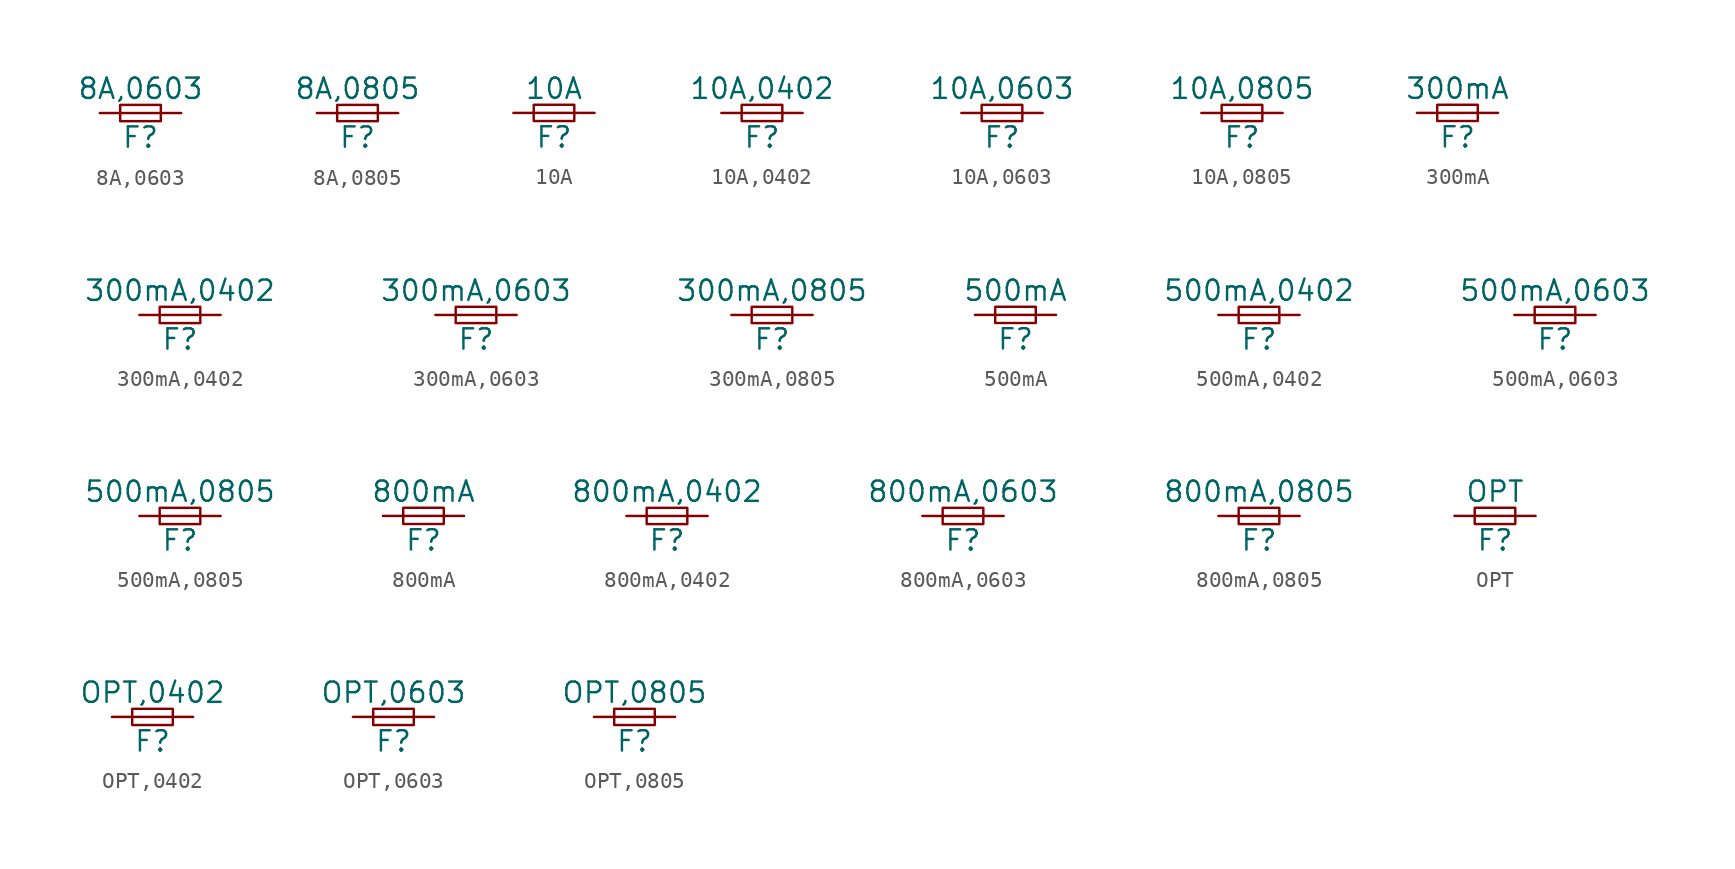
<source format=kicad_sym>
(kicad_symbol_lib
  (version 20211014)
  (generator kicad_symbol_editor)
  (symbol "8A,0603"
    (pin_numbers hide)
    (pin_names
      (offset 0.254) hide)
    (property "Reference" "F"
      (at 0 -1.524 0)
      (effects (font (size 1.27 1.27))))
    (property "Value" "8A,0603"
      (at 0 1.524 0)
      (effects (font (size 1.27 1.27))))
    (symbol "8A,0603_0_1"
      (rectangle (start -1.27 0.508) (end 1.27 -0.508) (stroke (width 0) (type default) (color 0 0 0 0)) (fill (type none)))
      (polyline (pts (xy -1.27 0) (xy 1.27 0)) (stroke (width 0) (type default) (color 0 0 0 0)) (fill (type none))))
    (symbol "8A,0603_1_1"
      (pin passive line (at -2.54 0 0) (length 1.27) (name "~" (effects (font (size 1.27 1.27)))) (number "1" (effects (font (size 1.27 1.27)))))
      (pin passive line (at 2.54 0 180) (length 1.27) (name "~" (effects (font (size 1.27 1.27)))) (number "2" (effects (font (size 1.27 1.27)))))))
  (symbol "8A,0805"
    (pin_numbers hide)
    (pin_names
      (offset 0.254) hide)
    (property "Reference" "F"
      (at 0 -1.524 0)
      (effects (font (size 1.27 1.27))))
    (property "Value" "8A,0805"
      (at 0 1.524 0)
      (effects (font (size 1.27 1.27))))
    (symbol "8A,0805_0_1"
      (rectangle (start -1.27 0.508) (end 1.27 -0.508) (stroke (width 0) (type default) (color 0 0 0 0)) (fill (type none)))
      (polyline (pts (xy -1.27 0) (xy 1.27 0)) (stroke (width 0) (type default) (color 0 0 0 0)) (fill (type none))))
    (symbol "8A,0805_1_1"
      (pin passive line (at -2.54 0 0) (length 1.27) (name "~" (effects (font (size 1.27 1.27)))) (number "1" (effects (font (size 1.27 1.27)))))
      (pin passive line (at 2.54 0 180) (length 1.27) (name "~" (effects (font (size 1.27 1.27)))) (number "2" (effects (font (size 1.27 1.27)))))))
  (symbol "10A"
    (pin_numbers hide)
    (pin_names
      (offset 0.254) hide)
    (property "Reference" "F"
      (at 0 -1.524 0)
      (effects (font (size 1.27 1.27))))
    (property "Value" "10A"
      (at 0 1.524 0)
      (effects (font (size 1.27 1.27))))
    (symbol "10A_0_1"
      (rectangle (start -1.27 0.508) (end 1.27 -0.508) (stroke (width 0) (type default) (color 0 0 0 0)) (fill (type none)))
      (polyline (pts (xy -1.27 0) (xy 1.27 0)) (stroke (width 0) (type default) (color 0 0 0 0)) (fill (type none))))
    (symbol "10A_1_1"
      (pin passive line (at -2.54 0 0) (length 1.27) (name "~" (effects (font (size 1.27 1.27)))) (number "1" (effects (font (size 1.27 1.27)))))
      (pin passive line (at 2.54 0 180) (length 1.27) (name "~" (effects (font (size 1.27 1.27)))) (number "2" (effects (font (size 1.27 1.27)))))))
  (symbol "10A,0402"
    (pin_numbers hide)
    (pin_names
      (offset 0.254) hide)
    (property "Reference" "F"
      (at 0 -1.524 0)
      (effects (font (size 1.27 1.27))))
    (property "Value" "10A,0402"
      (at 0 1.524 0)
      (effects (font (size 1.27 1.27))))
    (symbol "10A,0402_0_1"
      (rectangle (start -1.27 0.508) (end 1.27 -0.508) (stroke (width 0) (type default) (color 0 0 0 0)) (fill (type none)))
      (polyline (pts (xy -1.27 0) (xy 1.27 0)) (stroke (width 0) (type default) (color 0 0 0 0)) (fill (type none))))
    (symbol "10A,0402_1_1"
      (pin passive line (at -2.54 0 0) (length 1.27) (name "~" (effects (font (size 1.27 1.27)))) (number "1" (effects (font (size 1.27 1.27)))))
      (pin passive line (at 2.54 0 180) (length 1.27) (name "~" (effects (font (size 1.27 1.27)))) (number "2" (effects (font (size 1.27 1.27)))))))
  (symbol "10A,0603"
    (pin_numbers hide)
    (pin_names
      (offset 0.254) hide)
    (property "Reference" "F"
      (at 0 -1.524 0)
      (effects (font (size 1.27 1.27))))
    (property "Value" "10A,0603"
      (at 0 1.524 0)
      (effects (font (size 1.27 1.27))))
    (symbol "10A,0603_0_1"
      (rectangle (start -1.27 0.508) (end 1.27 -0.508) (stroke (width 0) (type default) (color 0 0 0 0)) (fill (type none)))
      (polyline (pts (xy -1.27 0) (xy 1.27 0)) (stroke (width 0) (type default) (color 0 0 0 0)) (fill (type none))))
    (symbol "10A,0603_1_1"
      (pin passive line (at -2.54 0 0) (length 1.27) (name "~" (effects (font (size 1.27 1.27)))) (number "1" (effects (font (size 1.27 1.27)))))
      (pin passive line (at 2.54 0 180) (length 1.27) (name "~" (effects (font (size 1.27 1.27)))) (number "2" (effects (font (size 1.27 1.27)))))))
  (symbol "10A,0805"
    (pin_numbers hide)
    (pin_names
      (offset 0.254) hide)
    (property "Reference" "F"
      (at 0 -1.524 0)
      (effects (font (size 1.27 1.27))))
    (property "Value" "10A,0805"
      (at 0 1.524 0)
      (effects (font (size 1.27 1.27))))
    (symbol "10A,0805_0_1"
      (rectangle (start -1.27 0.508) (end 1.27 -0.508) (stroke (width 0) (type default) (color 0 0 0 0)) (fill (type none)))
      (polyline (pts (xy -1.27 0) (xy 1.27 0)) (stroke (width 0) (type default) (color 0 0 0 0)) (fill (type none))))
    (symbol "10A,0805_1_1"
      (pin passive line (at -2.54 0 0) (length 1.27) (name "~" (effects (font (size 1.27 1.27)))) (number "1" (effects (font (size 1.27 1.27)))))
      (pin passive line (at 2.54 0 180) (length 1.27) (name "~" (effects (font (size 1.27 1.27)))) (number "2" (effects (font (size 1.27 1.27)))))))
  (symbol "300mA"
    (pin_numbers hide)
    (pin_names
      (offset 0.254) hide)
    (property "Reference" "F"
      (at 0 -1.524 0)
      (effects (font (size 1.27 1.27))))
    (property "Value" "300mA"
      (at 0 1.524 0)
      (effects (font (size 1.27 1.27))))
    (symbol "300mA_0_1"
      (rectangle (start -1.27 0.508) (end 1.27 -0.508) (stroke (width 0) (type default) (color 0 0 0 0)) (fill (type none)))
      (polyline (pts (xy -1.27 0) (xy 1.27 0)) (stroke (width 0) (type default) (color 0 0 0 0)) (fill (type none))))
    (symbol "300mA_1_1"
      (pin passive line (at -2.54 0 0) (length 1.27) (name "~" (effects (font (size 1.27 1.27)))) (number "1" (effects (font (size 1.27 1.27)))))
      (pin passive line (at 2.54 0 180) (length 1.27) (name "~" (effects (font (size 1.27 1.27)))) (number "2" (effects (font (size 1.27 1.27)))))))
  (symbol "300mA,0402"
    (pin_numbers hide)
    (pin_names
      (offset 0.254) hide)
    (property "Reference" "F"
      (at 0 -1.524 0)
      (effects (font (size 1.27 1.27))))
    (property "Value" "300mA,0402"
      (at 0 1.524 0)
      (effects (font (size 1.27 1.27))))
    (symbol "300mA,0402_0_1"
      (rectangle (start -1.27 0.508) (end 1.27 -0.508) (stroke (width 0) (type default) (color 0 0 0 0)) (fill (type none)))
      (polyline (pts (xy -1.27 0) (xy 1.27 0)) (stroke (width 0) (type default) (color 0 0 0 0)) (fill (type none))))
    (symbol "300mA,0402_1_1"
      (pin passive line (at -2.54 0 0) (length 1.27) (name "~" (effects (font (size 1.27 1.27)))) (number "1" (effects (font (size 1.27 1.27)))))
      (pin passive line (at 2.54 0 180) (length 1.27) (name "~" (effects (font (size 1.27 1.27)))) (number "2" (effects (font (size 1.27 1.27)))))))
  (symbol "300mA,0603"
    (pin_numbers hide)
    (pin_names
      (offset 0.254) hide)
    (property "Reference" "F"
      (at 0 -1.524 0)
      (effects (font (size 1.27 1.27))))
    (property "Value" "300mA,0603"
      (at 0 1.524 0)
      (effects (font (size 1.27 1.27))))
    (symbol "300mA,0603_0_1"
      (rectangle (start -1.27 0.508) (end 1.27 -0.508) (stroke (width 0) (type default) (color 0 0 0 0)) (fill (type none)))
      (polyline (pts (xy -1.27 0) (xy 1.27 0)) (stroke (width 0) (type default) (color 0 0 0 0)) (fill (type none))))
    (symbol "300mA,0603_1_1"
      (pin passive line (at -2.54 0 0) (length 1.27) (name "~" (effects (font (size 1.27 1.27)))) (number "1" (effects (font (size 1.27 1.27)))))
      (pin passive line (at 2.54 0 180) (length 1.27) (name "~" (effects (font (size 1.27 1.27)))) (number "2" (effects (font (size 1.27 1.27)))))))
  (symbol "300mA,0805"
    (pin_numbers hide)
    (pin_names
      (offset 0.254) hide)
    (property "Reference" "F"
      (at 0 -1.524 0)
      (effects (font (size 1.27 1.27))))
    (property "Value" "300mA,0805"
      (at 0 1.524 0)
      (effects (font (size 1.27 1.27))))
    (symbol "300mA,0805_0_1"
      (rectangle (start -1.27 0.508) (end 1.27 -0.508) (stroke (width 0) (type default) (color 0 0 0 0)) (fill (type none)))
      (polyline (pts (xy -1.27 0) (xy 1.27 0)) (stroke (width 0) (type default) (color 0 0 0 0)) (fill (type none))))
    (symbol "300mA,0805_1_1"
      (pin passive line (at -2.54 0 0) (length 1.27) (name "~" (effects (font (size 1.27 1.27)))) (number "1" (effects (font (size 1.27 1.27)))))
      (pin passive line (at 2.54 0 180) (length 1.27) (name "~" (effects (font (size 1.27 1.27)))) (number "2" (effects (font (size 1.27 1.27)))))))
  (symbol "500mA"
    (pin_numbers hide)
    (pin_names
      (offset 0.254) hide)
    (property "Reference" "F"
      (at 0 -1.524 0)
      (effects (font (size 1.27 1.27))))
    (property "Value" "500mA"
      (at 0 1.524 0)
      (effects (font (size 1.27 1.27))))
    (symbol "500mA_0_1"
      (rectangle (start -1.27 0.508) (end 1.27 -0.508) (stroke (width 0) (type default) (color 0 0 0 0)) (fill (type none)))
      (polyline (pts (xy -1.27 0) (xy 1.27 0)) (stroke (width 0) (type default) (color 0 0 0 0)) (fill (type none))))
    (symbol "500mA_1_1"
      (pin passive line (at -2.54 0 0) (length 1.27) (name "~" (effects (font (size 1.27 1.27)))) (number "1" (effects (font (size 1.27 1.27)))))
      (pin passive line (at 2.54 0 180) (length 1.27) (name "~" (effects (font (size 1.27 1.27)))) (number "2" (effects (font (size 1.27 1.27)))))))
  (symbol "500mA,0402"
    (pin_numbers hide)
    (pin_names
      (offset 0.254) hide)
    (property "Reference" "F"
      (at 0 -1.524 0)
      (effects (font (size 1.27 1.27))))
    (property "Value" "500mA,0402"
      (at 0 1.524 0)
      (effects (font (size 1.27 1.27))))
    (symbol "500mA,0402_0_1"
      (rectangle (start -1.27 0.508) (end 1.27 -0.508) (stroke (width 0) (type default) (color 0 0 0 0)) (fill (type none)))
      (polyline (pts (xy -1.27 0) (xy 1.27 0)) (stroke (width 0) (type default) (color 0 0 0 0)) (fill (type none))))
    (symbol "500mA,0402_1_1"
      (pin passive line (at -2.54 0 0) (length 1.27) (name "~" (effects (font (size 1.27 1.27)))) (number "1" (effects (font (size 1.27 1.27)))))
      (pin passive line (at 2.54 0 180) (length 1.27) (name "~" (effects (font (size 1.27 1.27)))) (number "2" (effects (font (size 1.27 1.27)))))))
  (symbol "500mA,0603"
    (pin_numbers hide)
    (pin_names
      (offset 0.254) hide)
    (property "Reference" "F"
      (at 0 -1.524 0)
      (effects (font (size 1.27 1.27))))
    (property "Value" "500mA,0603"
      (at 0 1.524 0)
      (effects (font (size 1.27 1.27))))
    (symbol "500mA,0603_0_1"
      (rectangle (start -1.27 0.508) (end 1.27 -0.508) (stroke (width 0) (type default) (color 0 0 0 0)) (fill (type none)))
      (polyline (pts (xy -1.27 0) (xy 1.27 0)) (stroke (width 0) (type default) (color 0 0 0 0)) (fill (type none))))
    (symbol "500mA,0603_1_1"
      (pin passive line (at -2.54 0 0) (length 1.27) (name "~" (effects (font (size 1.27 1.27)))) (number "1" (effects (font (size 1.27 1.27)))))
      (pin passive line (at 2.54 0 180) (length 1.27) (name "~" (effects (font (size 1.27 1.27)))) (number "2" (effects (font (size 1.27 1.27)))))))
  (symbol "500mA,0805"
    (pin_numbers hide)
    (pin_names
      (offset 0.254) hide)
    (property "Reference" "F"
      (at 0 -1.524 0)
      (effects (font (size 1.27 1.27))))
    (property "Value" "500mA,0805"
      (at 0 1.524 0)
      (effects (font (size 1.27 1.27))))
    (symbol "500mA,0805_0_1"
      (rectangle (start -1.27 0.508) (end 1.27 -0.508) (stroke (width 0) (type default) (color 0 0 0 0)) (fill (type none)))
      (polyline (pts (xy -1.27 0) (xy 1.27 0)) (stroke (width 0) (type default) (color 0 0 0 0)) (fill (type none))))
    (symbol "500mA,0805_1_1"
      (pin passive line (at -2.54 0 0) (length 1.27) (name "~" (effects (font (size 1.27 1.27)))) (number "1" (effects (font (size 1.27 1.27)))))
      (pin passive line (at 2.54 0 180) (length 1.27) (name "~" (effects (font (size 1.27 1.27)))) (number "2" (effects (font (size 1.27 1.27)))))))
  (symbol "800mA"
    (pin_numbers hide)
    (pin_names
      (offset 0.254) hide)
    (property "Reference" "F"
      (at 0 -1.524 0)
      (effects (font (size 1.27 1.27))))
    (property "Value" "800mA"
      (at 0 1.524 0)
      (effects (font (size 1.27 1.27))))
    (symbol "800mA_0_1"
      (rectangle (start -1.27 0.508) (end 1.27 -0.508) (stroke (width 0) (type default) (color 0 0 0 0)) (fill (type none)))
      (polyline (pts (xy -1.27 0) (xy 1.27 0)) (stroke (width 0) (type default) (color 0 0 0 0)) (fill (type none))))
    (symbol "800mA_1_1"
      (pin passive line (at -2.54 0 0) (length 1.27) (name "~" (effects (font (size 1.27 1.27)))) (number "1" (effects (font (size 1.27 1.27)))))
      (pin passive line (at 2.54 0 180) (length 1.27) (name "~" (effects (font (size 1.27 1.27)))) (number "2" (effects (font (size 1.27 1.27)))))))
  (symbol "800mA,0402"
    (pin_numbers hide)
    (pin_names
      (offset 0.254) hide)
    (property "Reference" "F"
      (at 0 -1.524 0)
      (effects (font (size 1.27 1.27))))
    (property "Value" "800mA,0402"
      (at 0 1.524 0)
      (effects (font (size 1.27 1.27))))
    (symbol "800mA,0402_0_1"
      (rectangle (start -1.27 0.508) (end 1.27 -0.508) (stroke (width 0) (type default) (color 0 0 0 0)) (fill (type none)))
      (polyline (pts (xy -1.27 0) (xy 1.27 0)) (stroke (width 0) (type default) (color 0 0 0 0)) (fill (type none))))
    (symbol "800mA,0402_1_1"
      (pin passive line (at -2.54 0 0) (length 1.27) (name "~" (effects (font (size 1.27 1.27)))) (number "1" (effects (font (size 1.27 1.27)))))
      (pin passive line (at 2.54 0 180) (length 1.27) (name "~" (effects (font (size 1.27 1.27)))) (number "2" (effects (font (size 1.27 1.27)))))))
  (symbol "800mA,0603"
    (pin_numbers hide)
    (pin_names
      (offset 0.254) hide)
    (property "Reference" "F"
      (at 0 -1.524 0)
      (effects (font (size 1.27 1.27))))
    (property "Value" "800mA,0603"
      (at 0 1.524 0)
      (effects (font (size 1.27 1.27))))
    (symbol "800mA,0603_0_1"
      (rectangle (start -1.27 0.508) (end 1.27 -0.508) (stroke (width 0) (type default) (color 0 0 0 0)) (fill (type none)))
      (polyline (pts (xy -1.27 0) (xy 1.27 0)) (stroke (width 0) (type default) (color 0 0 0 0)) (fill (type none))))
    (symbol "800mA,0603_1_1"
      (pin passive line (at -2.54 0 0) (length 1.27) (name "~" (effects (font (size 1.27 1.27)))) (number "1" (effects (font (size 1.27 1.27)))))
      (pin passive line (at 2.54 0 180) (length 1.27) (name "~" (effects (font (size 1.27 1.27)))) (number "2" (effects (font (size 1.27 1.27)))))))
  (symbol "800mA,0805"
    (pin_numbers hide)
    (pin_names
      (offset 0.254) hide)
    (property "Reference" "F"
      (at 0 -1.524 0)
      (effects (font (size 1.27 1.27))))
    (property "Value" "800mA,0805"
      (at 0 1.524 0)
      (effects (font (size 1.27 1.27))))
    (symbol "800mA,0805_0_1"
      (rectangle (start -1.27 0.508) (end 1.27 -0.508) (stroke (width 0) (type default) (color 0 0 0 0)) (fill (type none)))
      (polyline (pts (xy -1.27 0) (xy 1.27 0)) (stroke (width 0) (type default) (color 0 0 0 0)) (fill (type none))))
    (symbol "800mA,0805_1_1"
      (pin passive line (at -2.54 0 0) (length 1.27) (name "~" (effects (font (size 1.27 1.27)))) (number "1" (effects (font (size 1.27 1.27)))))
      (pin passive line (at 2.54 0 180) (length 1.27) (name "~" (effects (font (size 1.27 1.27)))) (number "2" (effects (font (size 1.27 1.27)))))))
  (symbol "OPT"
    (pin_numbers hide)
    (pin_names
      (offset 0.254) hide)
    (property "Reference" "F"
      (at 0 -1.524 0)
      (effects (font (size 1.27 1.27))))
    (property "Value" "OPT"
      (at 0 1.524 0)
      (effects (font (size 1.27 1.27))))
    (symbol "OPT_0_1"
      (rectangle (start -1.27 0.508) (end 1.27 -0.508) (stroke (width 0) (type default) (color 0 0 0 0)) (fill (type none)))
      (polyline (pts (xy -1.27 0) (xy 1.27 0)) (stroke (width 0) (type default) (color 0 0 0 0)) (fill (type none))))
    (symbol "OPT_1_1"
      (pin passive line (at -2.54 0 0) (length 1.27) (name "~" (effects (font (size 1.27 1.27)))) (number "1" (effects (font (size 1.27 1.27)))))
      (pin passive line (at 2.54 0 180) (length 1.27) (name "~" (effects (font (size 1.27 1.27)))) (number "2" (effects (font (size 1.27 1.27)))))))
  (symbol "OPT,0402"
    (pin_numbers hide)
    (pin_names
      (offset 0.254) hide)
    (property "Reference" "F"
      (at 0 -1.524 0)
      (effects (font (size 1.27 1.27))))
    (property "Value" "OPT,0402"
      (at 0 1.524 0)
      (effects (font (size 1.27 1.27))))
    (symbol "OPT,0402_0_1"
      (rectangle (start -1.27 0.508) (end 1.27 -0.508) (stroke (width 0) (type default) (color 0 0 0 0)) (fill (type none)))
      (polyline (pts (xy -1.27 0) (xy 1.27 0)) (stroke (width 0) (type default) (color 0 0 0 0)) (fill (type none))))
    (symbol "OPT,0402_1_1"
      (pin passive line (at -2.54 0 0) (length 1.27) (name "~" (effects (font (size 1.27 1.27)))) (number "1" (effects (font (size 1.27 1.27)))))
      (pin passive line (at 2.54 0 180) (length 1.27) (name "~" (effects (font (size 1.27 1.27)))) (number "2" (effects (font (size 1.27 1.27)))))))
  (symbol "OPT,0603"
    (pin_numbers hide)
    (pin_names
      (offset 0.254) hide)
    (property "Reference" "F"
      (at 0 -1.524 0)
      (effects (font (size 1.27 1.27))))
    (property "Value" "OPT,0603"
      (at 0 1.524 0)
      (effects (font (size 1.27 1.27))))
    (symbol "OPT,0603_0_1"
      (rectangle (start -1.27 0.508) (end 1.27 -0.508) (stroke (width 0) (type default) (color 0 0 0 0)) (fill (type none)))
      (polyline (pts (xy -1.27 0) (xy 1.27 0)) (stroke (width 0) (type default) (color 0 0 0 0)) (fill (type none))))
    (symbol "OPT,0603_1_1"
      (pin passive line (at -2.54 0 0) (length 1.27) (name "~" (effects (font (size 1.27 1.27)))) (number "1" (effects (font (size 1.27 1.27)))))
      (pin passive line (at 2.54 0 180) (length 1.27) (name "~" (effects (font (size 1.27 1.27)))) (number "2" (effects (font (size 1.27 1.27)))))))
  (symbol "OPT,0805"
    (pin_numbers hide)
    (pin_names
      (offset 0.254) hide)
    (property "Reference" "F"
      (at 0 -1.524 0)
      (effects (font (size 1.27 1.27))))
    (property "Value" "OPT,0805"
      (at 0 1.524 0)
      (effects (font (size 1.27 1.27))))
    (symbol "OPT,0805_0_1"
      (rectangle (start -1.27 0.508) (end 1.27 -0.508) (stroke (width 0) (type default) (color 0 0 0 0)) (fill (type none)))
      (polyline (pts (xy -1.27 0) (xy 1.27 0)) (stroke (width 0) (type default) (color 0 0 0 0)) (fill (type none))))
    (symbol "OPT,0805_1_1"
      (pin passive line (at -2.54 0 0) (length 1.27) (name "~" (effects (font (size 1.27 1.27)))) (number "1" (effects (font (size 1.27 1.27)))))
      (pin passive line (at 2.54 0 180) (length 1.27) (name "~" (effects (font (size 1.27 1.27)))) (number "2" (effects (font (size 1.27 1.27))))))))
</source>
